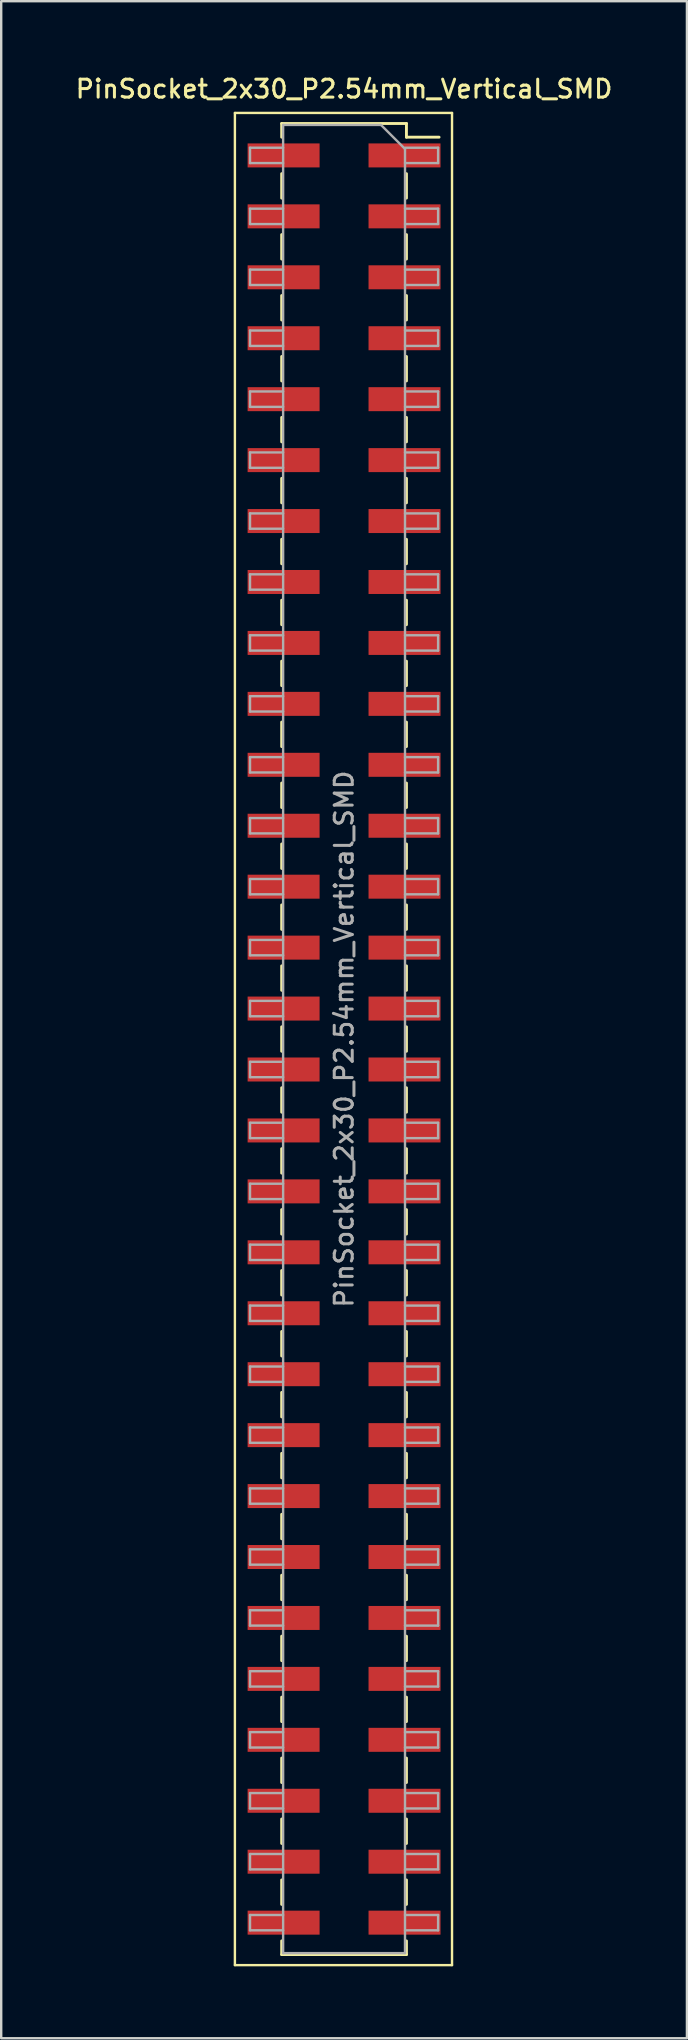
<source format=kicad_pcb>
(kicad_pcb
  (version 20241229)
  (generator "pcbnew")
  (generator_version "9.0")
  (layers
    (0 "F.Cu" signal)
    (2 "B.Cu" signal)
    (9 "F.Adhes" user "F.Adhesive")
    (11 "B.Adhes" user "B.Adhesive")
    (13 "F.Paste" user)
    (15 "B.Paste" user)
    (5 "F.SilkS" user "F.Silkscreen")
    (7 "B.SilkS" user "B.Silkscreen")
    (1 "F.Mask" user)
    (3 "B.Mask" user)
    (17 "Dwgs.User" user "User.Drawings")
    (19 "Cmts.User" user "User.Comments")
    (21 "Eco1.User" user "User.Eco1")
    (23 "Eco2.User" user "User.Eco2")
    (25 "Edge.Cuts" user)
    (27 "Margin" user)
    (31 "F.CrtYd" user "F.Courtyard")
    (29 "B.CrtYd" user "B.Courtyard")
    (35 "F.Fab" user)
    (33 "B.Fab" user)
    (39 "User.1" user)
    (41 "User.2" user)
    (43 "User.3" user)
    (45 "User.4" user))
  (footprint "PinSocket_2x30_P2.54mm_Vertical_SMD"
    (layer "F.Cu")
    (at 11.291 40.258)
    (property "Reference" "PinSocket_2x30_P2.54mm_Vertical_SMD" (at 0 -39.6 0) (layer "F.SilkS") (effects (font (size 0.75 0.75) (thickness 0.125))))
    (attr smd)
    (fp_line (start -4.55 -38.6) (end 4.5 -38.6) (stroke (width 0.1) (type solid)) (layer "F.SilkS"))
    (fp_line (start -4.55 38.6) (end -4.55 -38.6) (stroke (width 0.1) (type solid)) (layer "F.SilkS"))
    (fp_line (start -2.6 -38.16) (end -2.6 -37.59) (stroke (width 0.12) (type solid)) (layer "F.SilkS"))
    (fp_line (start -2.6 -38.16) (end 2.6 -38.16) (stroke (width 0.12) (type solid)) (layer "F.SilkS"))
    (fp_line (start -2.6 -36.07) (end -2.6 -35.05) (stroke (width 0.12) (type solid)) (layer "F.SilkS"))
    (fp_line (start -2.6 -33.53) (end -2.6 -32.51) (stroke (width 0.12) (type solid)) (layer "F.SilkS"))
    (fp_line (start -2.6 -30.99) (end -2.6 -29.97) (stroke (width 0.12) (type solid)) (layer "F.SilkS"))
    (fp_line (start -2.6 -28.45) (end -2.6 -27.43) (stroke (width 0.12) (type solid)) (layer "F.SilkS"))
    (fp_line (start -2.6 -25.91) (end -2.6 -24.89) (stroke (width 0.12) (type solid)) (layer "F.SilkS"))
    (fp_line (start -2.6 -23.37) (end -2.6 -22.35) (stroke (width 0.12) (type solid)) (layer "F.SilkS"))
    (fp_line (start -2.6 -20.83) (end -2.6 -19.81) (stroke (width 0.12) (type solid)) (layer "F.SilkS"))
    (fp_line (start -2.6 -18.29) (end -2.6 -17.27) (stroke (width 0.12) (type solid)) (layer "F.SilkS"))
    (fp_line (start -2.6 -15.75) (end -2.6 -14.73) (stroke (width 0.12) (type solid)) (layer "F.SilkS"))
    (fp_line (start -2.6 -13.21) (end -2.6 -12.19) (stroke (width 0.12) (type solid)) (layer "F.SilkS"))
    (fp_line (start -2.6 -10.67) (end -2.6 -9.65) (stroke (width 0.12) (type solid)) (layer "F.SilkS"))
    (fp_line (start -2.6 -8.13) (end -2.6 -7.11) (stroke (width 0.12) (type solid)) (layer "F.SilkS"))
    (fp_line (start -2.6 -5.59) (end -2.6 -4.57) (stroke (width 0.12) (type solid)) (layer "F.SilkS"))
    (fp_line (start -2.6 -3.05) (end -2.6 -2.03) (stroke (width 0.12) (type solid)) (layer "F.SilkS"))
    (fp_line (start -2.6 -0.51) (end -2.6 0.51) (stroke (width 0.12) (type solid)) (layer "F.SilkS"))
    (fp_line (start -2.6 2.03) (end -2.6 3.05) (stroke (width 0.12) (type solid)) (layer "F.SilkS"))
    (fp_line (start -2.6 4.57) (end -2.6 5.59) (stroke (width 0.12) (type solid)) (layer "F.SilkS"))
    (fp_line (start -2.6 7.11) (end -2.6 8.13) (stroke (width 0.12) (type solid)) (layer "F.SilkS"))
    (fp_line (start -2.6 9.65) (end -2.6 10.67) (stroke (width 0.12) (type solid)) (layer "F.SilkS"))
    (fp_line (start -2.6 12.19) (end -2.6 13.21) (stroke (width 0.12) (type solid)) (layer "F.SilkS"))
    (fp_line (start -2.6 14.73) (end -2.6 15.75) (stroke (width 0.12) (type solid)) (layer "F.SilkS"))
    (fp_line (start -2.6 17.27) (end -2.6 18.29) (stroke (width 0.12) (type solid)) (layer "F.SilkS"))
    (fp_line (start -2.6 19.81) (end -2.6 20.83) (stroke (width 0.12) (type solid)) (layer "F.SilkS"))
    (fp_line (start -2.6 22.35) (end -2.6 23.37) (stroke (width 0.12) (type solid)) (layer "F.SilkS"))
    (fp_line (start -2.6 24.89) (end -2.6 25.91) (stroke (width 0.12) (type solid)) (layer "F.SilkS"))
    (fp_line (start -2.6 27.43) (end -2.6 28.45) (stroke (width 0.12) (type solid)) (layer "F.SilkS"))
    (fp_line (start -2.6 29.97) (end -2.6 30.99) (stroke (width 0.12) (type solid)) (layer "F.SilkS"))
    (fp_line (start -2.6 32.51) (end -2.6 33.53) (stroke (width 0.12) (type solid)) (layer "F.SilkS"))
    (fp_line (start -2.6 35.05) (end -2.6 36.07) (stroke (width 0.12) (type solid)) (layer "F.SilkS"))
    (fp_line (start -2.6 37.59) (end -2.6 38.16) (stroke (width 0.12) (type solid)) (layer "F.SilkS"))
    (fp_line (start -2.6 38.16) (end 2.6 38.16) (stroke (width 0.12) (type solid)) (layer "F.SilkS"))
    (fp_line (start 2.6 -38.16) (end 2.6 -37.59) (stroke (width 0.12) (type solid)) (layer "F.SilkS"))
    (fp_line (start 2.6 -37.59) (end 3.96 -37.59) (stroke (width 0.12) (type solid)) (layer "F.SilkS"))
    (fp_line (start 2.6 -36.07) (end 2.6 -35.05) (stroke (width 0.12) (type solid)) (layer "F.SilkS"))
    (fp_line (start 2.6 -33.53) (end 2.6 -32.51) (stroke (width 0.12) (type solid)) (layer "F.SilkS"))
    (fp_line (start 2.6 -30.99) (end 2.6 -29.97) (stroke (width 0.12) (type solid)) (layer "F.SilkS"))
    (fp_line (start 2.6 -28.45) (end 2.6 -27.43) (stroke (width 0.12) (type solid)) (layer "F.SilkS"))
    (fp_line (start 2.6 -25.91) (end 2.6 -24.89) (stroke (width 0.12) (type solid)) (layer "F.SilkS"))
    (fp_line (start 2.6 -23.37) (end 2.6 -22.35) (stroke (width 0.12) (type solid)) (layer "F.SilkS"))
    (fp_line (start 2.6 -20.83) (end 2.6 -19.81) (stroke (width 0.12) (type solid)) (layer "F.SilkS"))
    (fp_line (start 2.6 -18.29) (end 2.6 -17.27) (stroke (width 0.12) (type solid)) (layer "F.SilkS"))
    (fp_line (start 2.6 -15.75) (end 2.6 -14.73) (stroke (width 0.12) (type solid)) (layer "F.SilkS"))
    (fp_line (start 2.6 -13.21) (end 2.6 -12.19) (stroke (width 0.12) (type solid)) (layer "F.SilkS"))
    (fp_line (start 2.6 -10.67) (end 2.6 -9.65) (stroke (width 0.12) (type solid)) (layer "F.SilkS"))
    (fp_line (start 2.6 -8.13) (end 2.6 -7.11) (stroke (width 0.12) (type solid)) (layer "F.SilkS"))
    (fp_line (start 2.6 -5.59) (end 2.6 -4.57) (stroke (width 0.12) (type solid)) (layer "F.SilkS"))
    (fp_line (start 2.6 -3.05) (end 2.6 -2.03) (stroke (width 0.12) (type solid)) (layer "F.SilkS"))
    (fp_line (start 2.6 -0.51) (end 2.6 0.51) (stroke (width 0.12) (type solid)) (layer "F.SilkS"))
    (fp_line (start 2.6 2.03) (end 2.6 3.05) (stroke (width 0.12) (type solid)) (layer "F.SilkS"))
    (fp_line (start 2.6 4.57) (end 2.6 5.59) (stroke (width 0.12) (type solid)) (layer "F.SilkS"))
    (fp_line (start 2.6 7.11) (end 2.6 8.13) (stroke (width 0.12) (type solid)) (layer "F.SilkS"))
    (fp_line (start 2.6 9.65) (end 2.6 10.67) (stroke (width 0.12) (type solid)) (layer "F.SilkS"))
    (fp_line (start 2.6 12.19) (end 2.6 13.21) (stroke (width 0.12) (type solid)) (layer "F.SilkS"))
    (fp_line (start 2.6 14.73) (end 2.6 15.75) (stroke (width 0.12) (type solid)) (layer "F.SilkS"))
    (fp_line (start 2.6 17.27) (end 2.6 18.29) (stroke (width 0.12) (type solid)) (layer "F.SilkS"))
    (fp_line (start 2.6 19.81) (end 2.6 20.83) (stroke (width 0.12) (type solid)) (layer "F.SilkS"))
    (fp_line (start 2.6 22.35) (end 2.6 23.37) (stroke (width 0.12) (type solid)) (layer "F.SilkS"))
    (fp_line (start 2.6 24.89) (end 2.6 25.91) (stroke (width 0.12) (type solid)) (layer "F.SilkS"))
    (fp_line (start 2.6 27.43) (end 2.6 28.45) (stroke (width 0.12) (type solid)) (layer "F.SilkS"))
    (fp_line (start 2.6 29.97) (end 2.6 30.99) (stroke (width 0.12) (type solid)) (layer "F.SilkS"))
    (fp_line (start 2.6 32.51) (end 2.6 33.53) (stroke (width 0.12) (type solid)) (layer "F.SilkS"))
    (fp_line (start 2.6 35.05) (end 2.6 36.07) (stroke (width 0.12) (type solid)) (layer "F.SilkS"))
    (fp_line (start 2.6 37.59) (end 2.6 38.16) (stroke (width 0.12) (type solid)) (layer "F.SilkS"))
    (fp_line (start 4.5 -38.6) (end 4.5 38.6) (stroke (width 0.1) (type solid)) (layer "F.SilkS"))
    (fp_line (start 4.5 38.6) (end -4.55 38.6) (stroke (width 0.1) (type solid)) (layer "F.SilkS"))
    (fp_line (start -3.92 -37.15) (end -2.54 -37.15) (stroke (width 0.1) (type solid)) (layer "F.Fab"))
    (fp_line (start -3.92 -36.51) (end -3.92 -37.15) (stroke (width 0.1) (type solid)) (layer "F.Fab"))
    (fp_line (start -3.92 -34.61) (end -2.54 -34.61) (stroke (width 0.1) (type solid)) (layer "F.Fab"))
    (fp_line (start -3.92 -33.97) (end -3.92 -34.61) (stroke (width 0.1) (type solid)) (layer "F.Fab"))
    (fp_line (start -3.92 -32.07) (end -2.54 -32.07) (stroke (width 0.1) (type solid)) (layer "F.Fab"))
    (fp_line (start -3.92 -31.43) (end -3.92 -32.07) (stroke (width 0.1) (type solid)) (layer "F.Fab"))
    (fp_line (start -3.92 -29.53) (end -2.54 -29.53) (stroke (width 0.1) (type solid)) (layer "F.Fab"))
    (fp_line (start -3.92 -28.89) (end -3.92 -29.53) (stroke (width 0.1) (type solid)) (layer "F.Fab"))
    (fp_line (start -3.92 -26.99) (end -2.54 -26.99) (stroke (width 0.1) (type solid)) (layer "F.Fab"))
    (fp_line (start -3.92 -26.35) (end -3.92 -26.99) (stroke (width 0.1) (type solid)) (layer "F.Fab"))
    (fp_line (start -3.92 -24.45) (end -2.54 -24.45) (stroke (width 0.1) (type solid)) (layer "F.Fab"))
    (fp_line (start -3.92 -23.81) (end -3.92 -24.45) (stroke (width 0.1) (type solid)) (layer "F.Fab"))
    (fp_line (start -3.92 -21.91) (end -2.54 -21.91) (stroke (width 0.1) (type solid)) (layer "F.Fab"))
    (fp_line (start -3.92 -21.27) (end -3.92 -21.91) (stroke (width 0.1) (type solid)) (layer "F.Fab"))
    (fp_line (start -3.92 -19.37) (end -2.54 -19.37) (stroke (width 0.1) (type solid)) (layer "F.Fab"))
    (fp_line (start -3.92 -18.73) (end -3.92 -19.37) (stroke (width 0.1) (type solid)) (layer "F.Fab"))
    (fp_line (start -3.92 -16.83) (end -2.54 -16.83) (stroke (width 0.1) (type solid)) (layer "F.Fab"))
    (fp_line (start -3.92 -16.19) (end -3.92 -16.83) (stroke (width 0.1) (type solid)) (layer "F.Fab"))
    (fp_line (start -3.92 -14.29) (end -2.54 -14.29) (stroke (width 0.1) (type solid)) (layer "F.Fab"))
    (fp_line (start -3.92 -13.65) (end -3.92 -14.29) (stroke (width 0.1) (type solid)) (layer "F.Fab"))
    (fp_line (start -3.92 -11.75) (end -2.54 -11.75) (stroke (width 0.1) (type solid)) (layer "F.Fab"))
    (fp_line (start -3.92 -11.11) (end -3.92 -11.75) (stroke (width 0.1) (type solid)) (layer "F.Fab"))
    (fp_line (start -3.92 -9.21) (end -2.54 -9.21) (stroke (width 0.1) (type solid)) (layer "F.Fab"))
    (fp_line (start -3.92 -8.57) (end -3.92 -9.21) (stroke (width 0.1) (type solid)) (layer "F.Fab"))
    (fp_line (start -3.92 -6.67) (end -2.54 -6.67) (stroke (width 0.1) (type solid)) (layer "F.Fab"))
    (fp_line (start -3.92 -6.03) (end -3.92 -6.67) (stroke (width 0.1) (type solid)) (layer "F.Fab"))
    (fp_line (start -3.92 -4.13) (end -2.54 -4.13) (stroke (width 0.1) (type solid)) (layer "F.Fab"))
    (fp_line (start -3.92 -3.49) (end -3.92 -4.13) (stroke (width 0.1) (type solid)) (layer "F.Fab"))
    (fp_line (start -3.92 -1.59) (end -2.54 -1.59) (stroke (width 0.1) (type solid)) (layer "F.Fab"))
    (fp_line (start -3.92 -0.95) (end -3.92 -1.59) (stroke (width 0.1) (type solid)) (layer "F.Fab"))
    (fp_line (start -3.92 0.95) (end -2.54 0.95) (stroke (width 0.1) (type solid)) (layer "F.Fab"))
    (fp_line (start -3.92 1.59) (end -3.92 0.95) (stroke (width 0.1) (type solid)) (layer "F.Fab"))
    (fp_line (start -3.92 3.49) (end -2.54 3.49) (stroke (width 0.1) (type solid)) (layer "F.Fab"))
    (fp_line (start -3.92 4.13) (end -3.92 3.49) (stroke (width 0.1) (type solid)) (layer "F.Fab"))
    (fp_line (start -3.92 6.03) (end -2.54 6.03) (stroke (width 0.1) (type solid)) (layer "F.Fab"))
    (fp_line (start -3.92 6.67) (end -3.92 6.03) (stroke (width 0.1) (type solid)) (layer "F.Fab"))
    (fp_line (start -3.92 8.57) (end -2.54 8.57) (stroke (width 0.1) (type solid)) (layer "F.Fab"))
    (fp_line (start -3.92 9.21) (end -3.92 8.57) (stroke (width 0.1) (type solid)) (layer "F.Fab"))
    (fp_line (start -3.92 11.11) (end -2.54 11.11) (stroke (width 0.1) (type solid)) (layer "F.Fab"))
    (fp_line (start -3.92 11.75) (end -3.92 11.11) (stroke (width 0.1) (type solid)) (layer "F.Fab"))
    (fp_line (start -3.92 13.65) (end -2.54 13.65) (stroke (width 0.1) (type solid)) (layer "F.Fab"))
    (fp_line (start -3.92 14.29) (end -3.92 13.65) (stroke (width 0.1) (type solid)) (layer "F.Fab"))
    (fp_line (start -3.92 16.19) (end -2.54 16.19) (stroke (width 0.1) (type solid)) (layer "F.Fab"))
    (fp_line (start -3.92 16.83) (end -3.92 16.19) (stroke (width 0.1) (type solid)) (layer "F.Fab"))
    (fp_line (start -3.92 18.73) (end -2.54 18.73) (stroke (width 0.1) (type solid)) (layer "F.Fab"))
    (fp_line (start -3.92 19.37) (end -3.92 18.73) (stroke (width 0.1) (type solid)) (layer "F.Fab"))
    (fp_line (start -3.92 21.27) (end -2.54 21.27) (stroke (width 0.1) (type solid)) (layer "F.Fab"))
    (fp_line (start -3.92 21.91) (end -3.92 21.27) (stroke (width 0.1) (type solid)) (layer "F.Fab"))
    (fp_line (start -3.92 23.81) (end -2.54 23.81) (stroke (width 0.1) (type solid)) (layer "F.Fab"))
    (fp_line (start -3.92 24.45) (end -3.92 23.81) (stroke (width 0.1) (type solid)) (layer "F.Fab"))
    (fp_line (start -3.92 26.35) (end -2.54 26.35) (stroke (width 0.1) (type solid)) (layer "F.Fab"))
    (fp_line (start -3.92 26.99) (end -3.92 26.35) (stroke (width 0.1) (type solid)) (layer "F.Fab"))
    (fp_line (start -3.92 28.89) (end -2.54 28.89) (stroke (width 0.1) (type solid)) (layer "F.Fab"))
    (fp_line (start -3.92 29.53) (end -3.92 28.89) (stroke (width 0.1) (type solid)) (layer "F.Fab"))
    (fp_line (start -3.92 31.43) (end -2.54 31.43) (stroke (width 0.1) (type solid)) (layer "F.Fab"))
    (fp_line (start -3.92 32.07) (end -3.92 31.43) (stroke (width 0.1) (type solid)) (layer "F.Fab"))
    (fp_line (start -3.92 33.97) (end -2.54 33.97) (stroke (width 0.1) (type solid)) (layer "F.Fab"))
    (fp_line (start -3.92 34.61) (end -3.92 33.97) (stroke (width 0.1) (type solid)) (layer "F.Fab"))
    (fp_line (start -3.92 36.51) (end -2.54 36.51) (stroke (width 0.1) (type solid)) (layer "F.Fab"))
    (fp_line (start -3.92 37.15) (end -3.92 36.51) (stroke (width 0.1) (type solid)) (layer "F.Fab"))
    (fp_line (start -2.54 -38.1) (end 1.54 -38.1) (stroke (width 0.1) (type solid)) (layer "F.Fab"))
    (fp_line (start -2.54 -36.51) (end -3.92 -36.51) (stroke (width 0.1) (type solid)) (layer "F.Fab"))
    (fp_line (start -2.54 -33.97) (end -3.92 -33.97) (stroke (width 0.1) (type solid)) (layer "F.Fab"))
    (fp_line (start -2.54 -31.43) (end -3.92 -31.43) (stroke (width 0.1) (type solid)) (layer "F.Fab"))
    (fp_line (start -2.54 -28.89) (end -3.92 -28.89) (stroke (width 0.1) (type solid)) (layer "F.Fab"))
    (fp_line (start -2.54 -26.35) (end -3.92 -26.35) (stroke (width 0.1) (type solid)) (layer "F.Fab"))
    (fp_line (start -2.54 -23.81) (end -3.92 -23.81) (stroke (width 0.1) (type solid)) (layer "F.Fab"))
    (fp_line (start -2.54 -21.27) (end -3.92 -21.27) (stroke (width 0.1) (type solid)) (layer "F.Fab"))
    (fp_line (start -2.54 -18.73) (end -3.92 -18.73) (stroke (width 0.1) (type solid)) (layer "F.Fab"))
    (fp_line (start -2.54 -16.19) (end -3.92 -16.19) (stroke (width 0.1) (type solid)) (layer "F.Fab"))
    (fp_line (start -2.54 -13.65) (end -3.92 -13.65) (stroke (width 0.1) (type solid)) (layer "F.Fab"))
    (fp_line (start -2.54 -11.11) (end -3.92 -11.11) (stroke (width 0.1) (type solid)) (layer "F.Fab"))
    (fp_line (start -2.54 -8.57) (end -3.92 -8.57) (stroke (width 0.1) (type solid)) (layer "F.Fab"))
    (fp_line (start -2.54 -6.03) (end -3.92 -6.03) (stroke (width 0.1) (type solid)) (layer "F.Fab"))
    (fp_line (start -2.54 -3.49) (end -3.92 -3.49) (stroke (width 0.1) (type solid)) (layer "F.Fab"))
    (fp_line (start -2.54 -0.95) (end -3.92 -0.95) (stroke (width 0.1) (type solid)) (layer "F.Fab"))
    (fp_line (start -2.54 1.59) (end -3.92 1.59) (stroke (width 0.1) (type solid)) (layer "F.Fab"))
    (fp_line (start -2.54 4.13) (end -3.92 4.13) (stroke (width 0.1) (type solid)) (layer "F.Fab"))
    (fp_line (start -2.54 6.67) (end -3.92 6.67) (stroke (width 0.1) (type solid)) (layer "F.Fab"))
    (fp_line (start -2.54 9.21) (end -3.92 9.21) (stroke (width 0.1) (type solid)) (layer "F.Fab"))
    (fp_line (start -2.54 11.75) (end -3.92 11.75) (stroke (width 0.1) (type solid)) (layer "F.Fab"))
    (fp_line (start -2.54 14.29) (end -3.92 14.29) (stroke (width 0.1) (type solid)) (layer "F.Fab"))
    (fp_line (start -2.54 16.83) (end -3.92 16.83) (stroke (width 0.1) (type solid)) (layer "F.Fab"))
    (fp_line (start -2.54 19.37) (end -3.92 19.37) (stroke (width 0.1) (type solid)) (layer "F.Fab"))
    (fp_line (start -2.54 21.91) (end -3.92 21.91) (stroke (width 0.1) (type solid)) (layer "F.Fab"))
    (fp_line (start -2.54 24.45) (end -3.92 24.45) (stroke (width 0.1) (type solid)) (layer "F.Fab"))
    (fp_line (start -2.54 26.99) (end -3.92 26.99) (stroke (width 0.1) (type solid)) (layer "F.Fab"))
    (fp_line (start -2.54 29.53) (end -3.92 29.53) (stroke (width 0.1) (type solid)) (layer "F.Fab"))
    (fp_line (start -2.54 32.07) (end -3.92 32.07) (stroke (width 0.1) (type solid)) (layer "F.Fab"))
    (fp_line (start -2.54 34.61) (end -3.92 34.61) (stroke (width 0.1) (type solid)) (layer "F.Fab"))
    (fp_line (start -2.54 37.15) (end -3.92 37.15) (stroke (width 0.1) (type solid)) (layer "F.Fab"))
    (fp_line (start -2.54 38.1) (end -2.54 -38.1) (stroke (width 0.1) (type solid)) (layer "F.Fab"))
    (fp_line (start 1.54 -38.1) (end 2.54 -37.1) (stroke (width 0.1) (type solid)) (layer "F.Fab"))
    (fp_line (start 2.54 -37.15) (end 3.92 -37.15) (stroke (width 0.1) (type solid)) (layer "F.Fab"))
    (fp_line (start 2.54 -37.1) (end 2.54 38.1) (stroke (width 0.1) (type solid)) (layer "F.Fab"))
    (fp_line (start 2.54 -34.61) (end 3.92 -34.61) (stroke (width 0.1) (type solid)) (layer "F.Fab"))
    (fp_line (start 2.54 -32.07) (end 3.92 -32.07) (stroke (width 0.1) (type solid)) (layer "F.Fab"))
    (fp_line (start 2.54 -29.53) (end 3.92 -29.53) (stroke (width 0.1) (type solid)) (layer "F.Fab"))
    (fp_line (start 2.54 -26.99) (end 3.92 -26.99) (stroke (width 0.1) (type solid)) (layer "F.Fab"))
    (fp_line (start 2.54 -24.45) (end 3.92 -24.45) (stroke (width 0.1) (type solid)) (layer "F.Fab"))
    (fp_line (start 2.54 -21.91) (end 3.92 -21.91) (stroke (width 0.1) (type solid)) (layer "F.Fab"))
    (fp_line (start 2.54 -19.37) (end 3.92 -19.37) (stroke (width 0.1) (type solid)) (layer "F.Fab"))
    (fp_line (start 2.54 -16.83) (end 3.92 -16.83) (stroke (width 0.1) (type solid)) (layer "F.Fab"))
    (fp_line (start 2.54 -14.29) (end 3.92 -14.29) (stroke (width 0.1) (type solid)) (layer "F.Fab"))
    (fp_line (start 2.54 -11.75) (end 3.92 -11.75) (stroke (width 0.1) (type solid)) (layer "F.Fab"))
    (fp_line (start 2.54 -9.21) (end 3.92 -9.21) (stroke (width 0.1) (type solid)) (layer "F.Fab"))
    (fp_line (start 2.54 -6.67) (end 3.92 -6.67) (stroke (width 0.1) (type solid)) (layer "F.Fab"))
    (fp_line (start 2.54 -4.13) (end 3.92 -4.13) (stroke (width 0.1) (type solid)) (layer "F.Fab"))
    (fp_line (start 2.54 -1.59) (end 3.92 -1.59) (stroke (width 0.1) (type solid)) (layer "F.Fab"))
    (fp_line (start 2.54 0.95) (end 3.92 0.95) (stroke (width 0.1) (type solid)) (layer "F.Fab"))
    (fp_line (start 2.54 3.49) (end 3.92 3.49) (stroke (width 0.1) (type solid)) (layer "F.Fab"))
    (fp_line (start 2.54 6.03) (end 3.92 6.03) (stroke (width 0.1) (type solid)) (layer "F.Fab"))
    (fp_line (start 2.54 8.57) (end 3.92 8.57) (stroke (width 0.1) (type solid)) (layer "F.Fab"))
    (fp_line (start 2.54 11.11) (end 3.92 11.11) (stroke (width 0.1) (type solid)) (layer "F.Fab"))
    (fp_line (start 2.54 13.65) (end 3.92 13.65) (stroke (width 0.1) (type solid)) (layer "F.Fab"))
    (fp_line (start 2.54 16.19) (end 3.92 16.19) (stroke (width 0.1) (type solid)) (layer "F.Fab"))
    (fp_line (start 2.54 18.73) (end 3.92 18.73) (stroke (width 0.1) (type solid)) (layer "F.Fab"))
    (fp_line (start 2.54 21.27) (end 3.92 21.27) (stroke (width 0.1) (type solid)) (layer "F.Fab"))
    (fp_line (start 2.54 23.81) (end 3.92 23.81) (stroke (width 0.1) (type solid)) (layer "F.Fab"))
    (fp_line (start 2.54 26.35) (end 3.92 26.35) (stroke (width 0.1) (type solid)) (layer "F.Fab"))
    (fp_line (start 2.54 28.89) (end 3.92 28.89) (stroke (width 0.1) (type solid)) (layer "F.Fab"))
    (fp_line (start 2.54 31.43) (end 3.92 31.43) (stroke (width 0.1) (type solid)) (layer "F.Fab"))
    (fp_line (start 2.54 33.97) (end 3.92 33.97) (stroke (width 0.1) (type solid)) (layer "F.Fab"))
    (fp_line (start 2.54 36.51) (end 3.92 36.51) (stroke (width 0.1) (type solid)) (layer "F.Fab"))
    (fp_line (start 2.54 38.1) (end -2.54 38.1) (stroke (width 0.1) (type solid)) (layer "F.Fab"))
    (fp_line (start 3.92 -37.15) (end 3.92 -36.51) (stroke (width 0.1) (type solid)) (layer "F.Fab"))
    (fp_line (start 3.92 -36.51) (end 2.54 -36.51) (stroke (width 0.1) (type solid)) (layer "F.Fab"))
    (fp_line (start 3.92 -34.61) (end 3.92 -33.97) (stroke (width 0.1) (type solid)) (layer "F.Fab"))
    (fp_line (start 3.92 -33.97) (end 2.54 -33.97) (stroke (width 0.1) (type solid)) (layer "F.Fab"))
    (fp_line (start 3.92 -32.07) (end 3.92 -31.43) (stroke (width 0.1) (type solid)) (layer "F.Fab"))
    (fp_line (start 3.92 -31.43) (end 2.54 -31.43) (stroke (width 0.1) (type solid)) (layer "F.Fab"))
    (fp_line (start 3.92 -29.53) (end 3.92 -28.89) (stroke (width 0.1) (type solid)) (layer "F.Fab"))
    (fp_line (start 3.92 -28.89) (end 2.54 -28.89) (stroke (width 0.1) (type solid)) (layer "F.Fab"))
    (fp_line (start 3.92 -26.99) (end 3.92 -26.35) (stroke (width 0.1) (type solid)) (layer "F.Fab"))
    (fp_line (start 3.92 -26.35) (end 2.54 -26.35) (stroke (width 0.1) (type solid)) (layer "F.Fab"))
    (fp_line (start 3.92 -24.45) (end 3.92 -23.81) (stroke (width 0.1) (type solid)) (layer "F.Fab"))
    (fp_line (start 3.92 -23.81) (end 2.54 -23.81) (stroke (width 0.1) (type solid)) (layer "F.Fab"))
    (fp_line (start 3.92 -21.91) (end 3.92 -21.27) (stroke (width 0.1) (type solid)) (layer "F.Fab"))
    (fp_line (start 3.92 -21.27) (end 2.54 -21.27) (stroke (width 0.1) (type solid)) (layer "F.Fab"))
    (fp_line (start 3.92 -19.37) (end 3.92 -18.73) (stroke (width 0.1) (type solid)) (layer "F.Fab"))
    (fp_line (start 3.92 -18.73) (end 2.54 -18.73) (stroke (width 0.1) (type solid)) (layer "F.Fab"))
    (fp_line (start 3.92 -16.83) (end 3.92 -16.19) (stroke (width 0.1) (type solid)) (layer "F.Fab"))
    (fp_line (start 3.92 -16.19) (end 2.54 -16.19) (stroke (width 0.1) (type solid)) (layer "F.Fab"))
    (fp_line (start 3.92 -14.29) (end 3.92 -13.65) (stroke (width 0.1) (type solid)) (layer "F.Fab"))
    (fp_line (start 3.92 -13.65) (end 2.54 -13.65) (stroke (width 0.1) (type solid)) (layer "F.Fab"))
    (fp_line (start 3.92 -11.75) (end 3.92 -11.11) (stroke (width 0.1) (type solid)) (layer "F.Fab"))
    (fp_line (start 3.92 -11.11) (end 2.54 -11.11) (stroke (width 0.1) (type solid)) (layer "F.Fab"))
    (fp_line (start 3.92 -9.21) (end 3.92 -8.57) (stroke (width 0.1) (type solid)) (layer "F.Fab"))
    (fp_line (start 3.92 -8.57) (end 2.54 -8.57) (stroke (width 0.1) (type solid)) (layer "F.Fab"))
    (fp_line (start 3.92 -6.67) (end 3.92 -6.03) (stroke (width 0.1) (type solid)) (layer "F.Fab"))
    (fp_line (start 3.92 -6.03) (end 2.54 -6.03) (stroke (width 0.1) (type solid)) (layer "F.Fab"))
    (fp_line (start 3.92 -4.13) (end 3.92 -3.49) (stroke (width 0.1) (type solid)) (layer "F.Fab"))
    (fp_line (start 3.92 -3.49) (end 2.54 -3.49) (stroke (width 0.1) (type solid)) (layer "F.Fab"))
    (fp_line (start 3.92 -1.59) (end 3.92 -0.95) (stroke (width 0.1) (type solid)) (layer "F.Fab"))
    (fp_line (start 3.92 -0.95) (end 2.54 -0.95) (stroke (width 0.1) (type solid)) (layer "F.Fab"))
    (fp_line (start 3.92 0.95) (end 3.92 1.59) (stroke (width 0.1) (type solid)) (layer "F.Fab"))
    (fp_line (start 3.92 1.59) (end 2.54 1.59) (stroke (width 0.1) (type solid)) (layer "F.Fab"))
    (fp_line (start 3.92 3.49) (end 3.92 4.13) (stroke (width 0.1) (type solid)) (layer "F.Fab"))
    (fp_line (start 3.92 4.13) (end 2.54 4.13) (stroke (width 0.1) (type solid)) (layer "F.Fab"))
    (fp_line (start 3.92 6.03) (end 3.92 6.67) (stroke (width 0.1) (type solid)) (layer "F.Fab"))
    (fp_line (start 3.92 6.67) (end 2.54 6.67) (stroke (width 0.1) (type solid)) (layer "F.Fab"))
    (fp_line (start 3.92 8.57) (end 3.92 9.21) (stroke (width 0.1) (type solid)) (layer "F.Fab"))
    (fp_line (start 3.92 9.21) (end 2.54 9.21) (stroke (width 0.1) (type solid)) (layer "F.Fab"))
    (fp_line (start 3.92 11.11) (end 3.92 11.75) (stroke (width 0.1) (type solid)) (layer "F.Fab"))
    (fp_line (start 3.92 11.75) (end 2.54 11.75) (stroke (width 0.1) (type solid)) (layer "F.Fab"))
    (fp_line (start 3.92 13.65) (end 3.92 14.29) (stroke (width 0.1) (type solid)) (layer "F.Fab"))
    (fp_line (start 3.92 14.29) (end 2.54 14.29) (stroke (width 0.1) (type solid)) (layer "F.Fab"))
    (fp_line (start 3.92 16.19) (end 3.92 16.83) (stroke (width 0.1) (type solid)) (layer "F.Fab"))
    (fp_line (start 3.92 16.83) (end 2.54 16.83) (stroke (width 0.1) (type solid)) (layer "F.Fab"))
    (fp_line (start 3.92 18.73) (end 3.92 19.37) (stroke (width 0.1) (type solid)) (layer "F.Fab"))
    (fp_line (start 3.92 19.37) (end 2.54 19.37) (stroke (width 0.1) (type solid)) (layer "F.Fab"))
    (fp_line (start 3.92 21.27) (end 3.92 21.91) (stroke (width 0.1) (type solid)) (layer "F.Fab"))
    (fp_line (start 3.92 21.91) (end 2.54 21.91) (stroke (width 0.1) (type solid)) (layer "F.Fab"))
    (fp_line (start 3.92 23.81) (end 3.92 24.45) (stroke (width 0.1) (type solid)) (layer "F.Fab"))
    (fp_line (start 3.92 24.45) (end 2.54 24.45) (stroke (width 0.1) (type solid)) (layer "F.Fab"))
    (fp_line (start 3.92 26.35) (end 3.92 26.99) (stroke (width 0.1) (type solid)) (layer "F.Fab"))
    (fp_line (start 3.92 26.99) (end 2.54 26.99) (stroke (width 0.1) (type solid)) (layer "F.Fab"))
    (fp_line (start 3.92 28.89) (end 3.92 29.53) (stroke (width 0.1) (type solid)) (layer "F.Fab"))
    (fp_line (start 3.92 29.53) (end 2.54 29.53) (stroke (width 0.1) (type solid)) (layer "F.Fab"))
    (fp_line (start 3.92 31.43) (end 3.92 32.07) (stroke (width 0.1) (type solid)) (layer "F.Fab"))
    (fp_line (start 3.92 32.07) (end 2.54 32.07) (stroke (width 0.1) (type solid)) (layer "F.Fab"))
    (fp_line (start 3.92 33.97) (end 3.92 34.61) (stroke (width 0.1) (type solid)) (layer "F.Fab"))
    (fp_line (start 3.92 34.61) (end 2.54 34.61) (stroke (width 0.1) (type solid)) (layer "F.Fab"))
    (fp_line (start 3.92 36.51) (end 3.92 37.15) (stroke (width 0.1) (type solid)) (layer "F.Fab"))
    (fp_line (start 3.92 37.15) (end 2.54 37.15) (stroke (width 0.1) (type solid)) (layer "F.Fab"))
    (fp_text user "${REFERENCE}" (at 0 0 90) (layer "F.Fab") (effects (font (size 0.75 0.75) (thickness 0.125))))
    (pad "1" smd rect (at 2.52 -36.83) (size 3 1) (layers "F.Cu" "F.Mask" "F.Paste"))
    (pad "2" smd rect (at -2.52 -36.83) (size 3 1) (layers "F.Cu" "F.Mask" "F.Paste"))
    (pad "3" smd rect (at 2.52 -34.29) (size 3 1) (layers "F.Cu" "F.Mask" "F.Paste"))
    (pad "4" smd rect (at -2.52 -34.29) (size 3 1) (layers "F.Cu" "F.Mask" "F.Paste"))
    (pad "5" smd rect (at 2.52 -31.75) (size 3 1) (layers "F.Cu" "F.Mask" "F.Paste"))
    (pad "6" smd rect (at -2.52 -31.75) (size 3 1) (layers "F.Cu" "F.Mask" "F.Paste"))
    (pad "7" smd rect (at 2.52 -29.21) (size 3 1) (layers "F.Cu" "F.Mask" "F.Paste"))
    (pad "8" smd rect (at -2.52 -29.21) (size 3 1) (layers "F.Cu" "F.Mask" "F.Paste"))
    (pad "9" smd rect (at 2.52 -26.67) (size 3 1) (layers "F.Cu" "F.Mask" "F.Paste"))
    (pad "10" smd rect (at -2.52 -26.67) (size 3 1) (layers "F.Cu" "F.Mask" "F.Paste"))
    (pad "11" smd rect (at 2.52 -24.13) (size 3 1) (layers "F.Cu" "F.Mask" "F.Paste"))
    (pad "12" smd rect (at -2.52 -24.13) (size 3 1) (layers "F.Cu" "F.Mask" "F.Paste"))
    (pad "13" smd rect (at 2.52 -21.59) (size 3 1) (layers "F.Cu" "F.Mask" "F.Paste"))
    (pad "14" smd rect (at -2.52 -21.59) (size 3 1) (layers "F.Cu" "F.Mask" "F.Paste"))
    (pad "15" smd rect (at 2.52 -19.05) (size 3 1) (layers "F.Cu" "F.Mask" "F.Paste"))
    (pad "16" smd rect (at -2.52 -19.05) (size 3 1) (layers "F.Cu" "F.Mask" "F.Paste"))
    (pad "17" smd rect (at 2.52 -16.51) (size 3 1) (layers "F.Cu" "F.Mask" "F.Paste"))
    (pad "18" smd rect (at -2.52 -16.51) (size 3 1) (layers "F.Cu" "F.Mask" "F.Paste"))
    (pad "19" smd rect (at 2.52 -13.97) (size 3 1) (layers "F.Cu" "F.Mask" "F.Paste"))
    (pad "20" smd rect (at -2.52 -13.97) (size 3 1) (layers "F.Cu" "F.Mask" "F.Paste"))
    (pad "21" smd rect (at 2.52 -11.43) (size 3 1) (layers "F.Cu" "F.Mask" "F.Paste"))
    (pad "22" smd rect (at -2.52 -11.43) (size 3 1) (layers "F.Cu" "F.Mask" "F.Paste"))
    (pad "23" smd rect (at 2.52 -8.89) (size 3 1) (layers "F.Cu" "F.Mask" "F.Paste"))
    (pad "24" smd rect (at -2.52 -8.89) (size 3 1) (layers "F.Cu" "F.Mask" "F.Paste"))
    (pad "25" smd rect (at 2.52 -6.35) (size 3 1) (layers "F.Cu" "F.Mask" "F.Paste"))
    (pad "26" smd rect (at -2.52 -6.35) (size 3 1) (layers "F.Cu" "F.Mask" "F.Paste"))
    (pad "27" smd rect (at 2.52 -3.81) (size 3 1) (layers "F.Cu" "F.Mask" "F.Paste"))
    (pad "28" smd rect (at -2.52 -3.81) (size 3 1) (layers "F.Cu" "F.Mask" "F.Paste"))
    (pad "29" smd rect (at 2.52 -1.27) (size 3 1) (layers "F.Cu" "F.Mask" "F.Paste"))
    (pad "30" smd rect (at -2.52 -1.27) (size 3 1) (layers "F.Cu" "F.Mask" "F.Paste"))
    (pad "31" smd rect (at 2.52 1.27) (size 3 1) (layers "F.Cu" "F.Mask" "F.Paste"))
    (pad "32" smd rect (at -2.52 1.27) (size 3 1) (layers "F.Cu" "F.Mask" "F.Paste"))
    (pad "33" smd rect (at 2.52 3.81) (size 3 1) (layers "F.Cu" "F.Mask" "F.Paste"))
    (pad "34" smd rect (at -2.52 3.81) (size 3 1) (layers "F.Cu" "F.Mask" "F.Paste"))
    (pad "35" smd rect (at 2.52 6.35) (size 3 1) (layers "F.Cu" "F.Mask" "F.Paste"))
    (pad "36" smd rect (at -2.52 6.35) (size 3 1) (layers "F.Cu" "F.Mask" "F.Paste"))
    (pad "37" smd rect (at 2.52 8.89) (size 3 1) (layers "F.Cu" "F.Mask" "F.Paste"))
    (pad "38" smd rect (at -2.52 8.89) (size 3 1) (layers "F.Cu" "F.Mask" "F.Paste"))
    (pad "39" smd rect (at 2.52 11.43) (size 3 1) (layers "F.Cu" "F.Mask" "F.Paste"))
    (pad "40" smd rect (at -2.52 11.43) (size 3 1) (layers "F.Cu" "F.Mask" "F.Paste"))
    (pad "41" smd rect (at 2.52 13.97) (size 3 1) (layers "F.Cu" "F.Mask" "F.Paste"))
    (pad "42" smd rect (at -2.52 13.97) (size 3 1) (layers "F.Cu" "F.Mask" "F.Paste"))
    (pad "43" smd rect (at 2.52 16.51) (size 3 1) (layers "F.Cu" "F.Mask" "F.Paste"))
    (pad "44" smd rect (at -2.52 16.51) (size 3 1) (layers "F.Cu" "F.Mask" "F.Paste"))
    (pad "45" smd rect (at 2.52 19.05) (size 3 1) (layers "F.Cu" "F.Mask" "F.Paste"))
    (pad "46" smd rect (at -2.52 19.05) (size 3 1) (layers "F.Cu" "F.Mask" "F.Paste"))
    (pad "47" smd rect (at 2.52 21.59) (size 3 1) (layers "F.Cu" "F.Mask" "F.Paste"))
    (pad "48" smd rect (at -2.52 21.59) (size 3 1) (layers "F.Cu" "F.Mask" "F.Paste"))
    (pad "49" smd rect (at 2.52 24.13) (size 3 1) (layers "F.Cu" "F.Mask" "F.Paste"))
    (pad "50" smd rect (at -2.52 24.13) (size 3 1) (layers "F.Cu" "F.Mask" "F.Paste"))
    (pad "51" smd rect (at 2.52 26.67) (size 3 1) (layers "F.Cu" "F.Mask" "F.Paste"))
    (pad "52" smd rect (at -2.52 26.67) (size 3 1) (layers "F.Cu" "F.Mask" "F.Paste"))
    (pad "53" smd rect (at 2.52 29.21) (size 3 1) (layers "F.Cu" "F.Mask" "F.Paste"))
    (pad "54" smd rect (at -2.52 29.21) (size 3 1) (layers "F.Cu" "F.Mask" "F.Paste"))
    (pad "55" smd rect (at 2.52 31.75) (size 3 1) (layers "F.Cu" "F.Mask" "F.Paste"))
    (pad "56" smd rect (at -2.52 31.75) (size 3 1) (layers "F.Cu" "F.Mask" "F.Paste"))
    (pad "57" smd rect (at 2.52 34.29) (size 3 1) (layers "F.Cu" "F.Mask" "F.Paste"))
    (pad "58" smd rect (at -2.52 34.29) (size 3 1) (layers "F.Cu" "F.Mask" "F.Paste"))
    (pad "59" smd rect (at 2.52 36.83) (size 3 1) (layers "F.Cu" "F.Mask" "F.Paste"))
    (pad "60" smd rect (at -2.52 36.83) (size 3 1) (layers "F.Cu" "F.Mask" "F.Paste")))
  (gr_rect
    (start -3 -3)
    (end 25.582 81.908)
    (stroke (width 0.1) (type default))
    (fill no)
    (layer "Edge.Cuts")))
</source>
